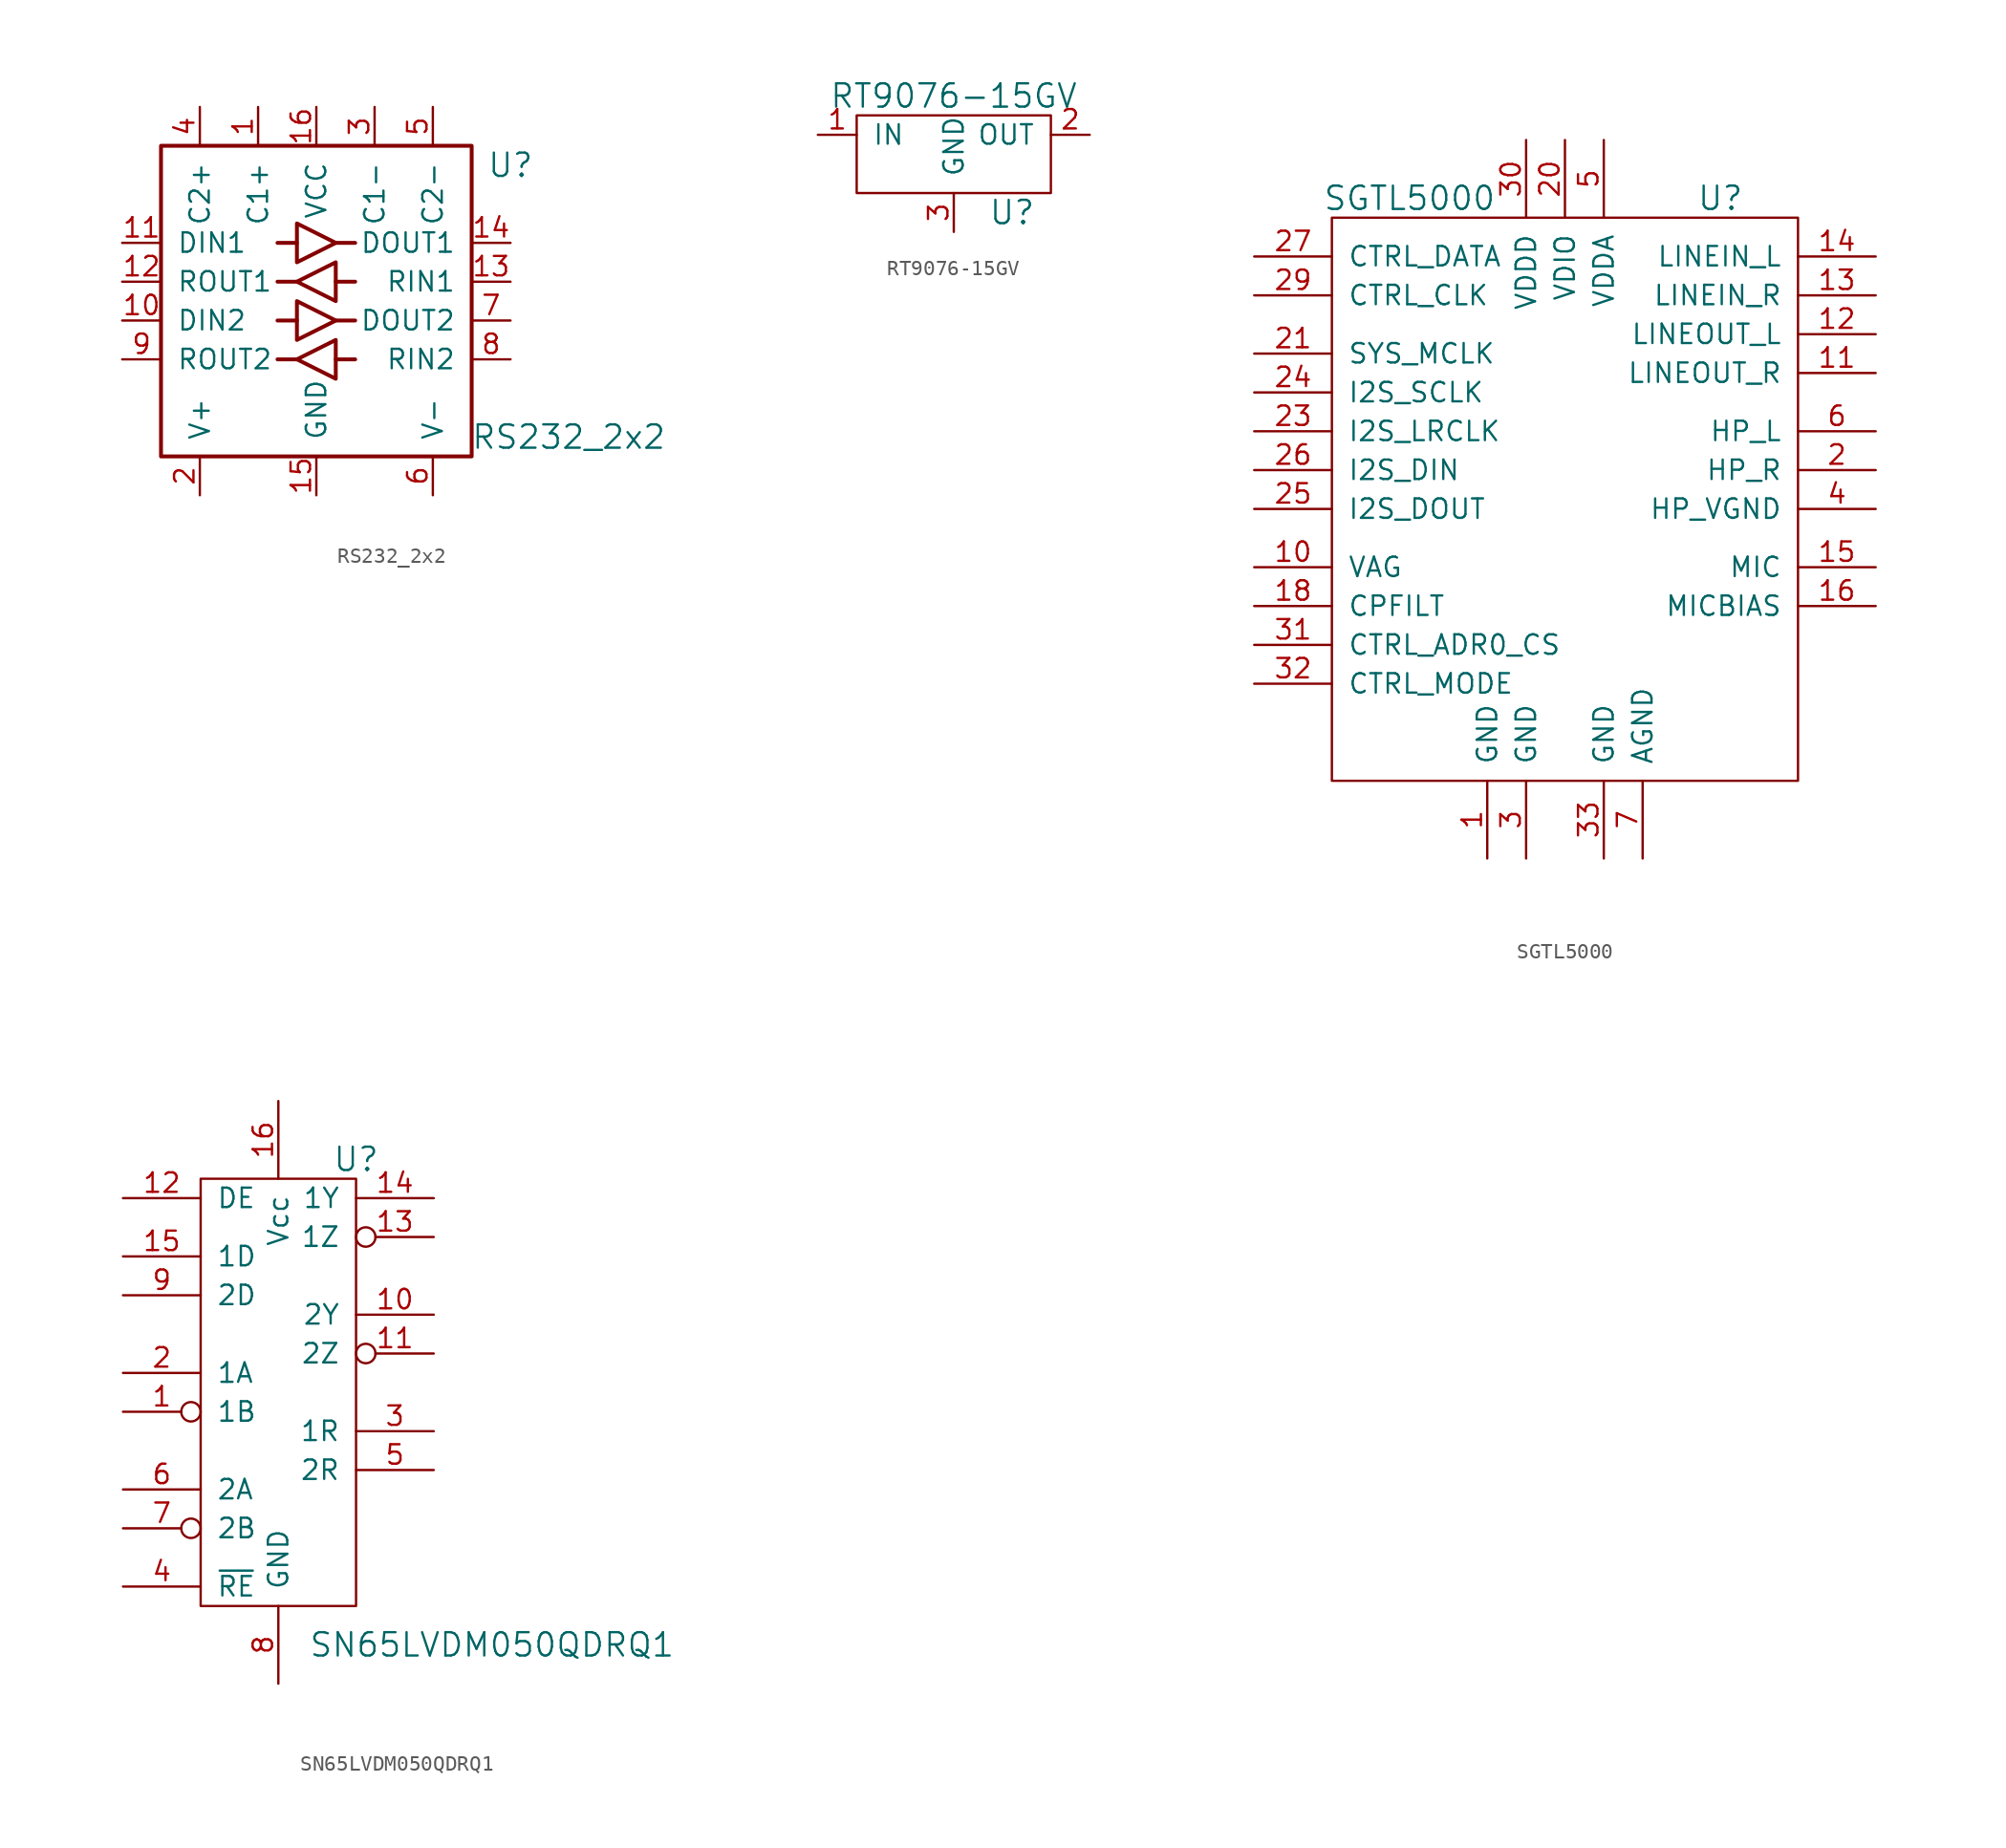
<source format=kicad_sym>
(kicad_symbol_lib
  (version 20211014)
  (generator kicad_symbol_editor)
  (symbol "RS232_2x2"
    (pin_names
      (offset 1.016))
    (property "Reference" "U"
      (at 12.7 8.89 0)
      (effects (font (size 1.524 1.524))))
    (property "Value" "RS232_2x2"
      (at 16.51 -8.89 0)
      (effects (font (size 1.524 1.524))))
    (symbol "RS232_2x2_0_1"
      (rectangle (start -10.16 10.16) (end 10.16 -10.16) (stroke (width 0.254) (type default) (color 0 0 0 0)) (fill (type none)))
      (polyline (pts (xy -1.27 -3.81) (xy -2.54 -3.81)) (stroke (width 0.254) (type default) (color 0 0 0 0)) (fill (type none)))
      (polyline (pts (xy -1.27 -1.27) (xy -2.54 -1.27)) (stroke (width 0.254) (type default) (color 0 0 0 0)) (fill (type none)))
      (polyline (pts (xy -1.27 1.27) (xy -2.54 1.27)) (stroke (width 0.254) (type default) (color 0 0 0 0)) (fill (type none)))
      (polyline (pts (xy -1.27 3.81) (xy -2.54 3.81)) (stroke (width 0.254) (type default) (color 0 0 0 0)) (fill (type none)))
      (polyline (pts (xy 1.27 -3.81) (xy 2.54 -3.81)) (stroke (width 0.254) (type default) (color 0 0 0 0)) (fill (type none)))
      (polyline (pts (xy 1.27 -1.27) (xy 2.54 -1.27)) (stroke (width 0.254) (type default) (color 0 0 0 0)) (fill (type none)))
      (polyline (pts (xy 1.27 1.27) (xy 2.54 1.27)) (stroke (width 0.254) (type default) (color 0 0 0 0)) (fill (type none)))
      (polyline (pts (xy 1.27 3.81) (xy 2.54 3.81)) (stroke (width 0.254) (type default) (color 0 0 0 0)) (fill (type none)))
      (polyline (pts (xy -1.27 -3.81) (xy 1.27 -2.54) (xy 1.27 -5.08) (xy -1.27 -3.81)) (stroke (width 0.254) (type default) (color 0 0 0 0)) (fill (type none)))
      (polyline (pts (xy -1.27 0) (xy -1.27 -2.54) (xy 1.27 -1.27) (xy -1.27 0)) (stroke (width 0.254) (type default) (color 0 0 0 0)) (fill (type none)))
      (polyline (pts (xy -1.27 5.08) (xy -1.27 2.54) (xy 1.27 3.81) (xy -1.27 5.08)) (stroke (width 0.254) (type default) (color 0 0 0 0)) (fill (type none)))
      (polyline (pts (xy 1.27 2.54) (xy 1.27 0) (xy -1.27 1.27) (xy 1.27 2.54)) (stroke (width 0.254) (type default) (color 0 0 0 0)) (fill (type none))))
    (symbol "RS232_2x2_1_1"
      (pin passive line (at -3.81 12.7 270) (length 2.54) (name "C1+" (effects (font (size 1.27 1.27)))) (number "1" (effects (font (size 1.27 1.27)))))
      (pin passive line (at -12.7 -1.27 0) (length 2.54) (name "DIN2" (effects (font (size 1.27 1.27)))) (number "10" (effects (font (size 1.27 1.27)))))
      (pin passive line (at -12.7 3.81 0) (length 2.54) (name "DIN1" (effects (font (size 1.27 1.27)))) (number "11" (effects (font (size 1.27 1.27)))))
      (pin passive line (at -12.7 1.27 0) (length 2.54) (name "ROUT1" (effects (font (size 1.27 1.27)))) (number "12" (effects (font (size 1.27 1.27)))))
      (pin passive line (at 12.7 1.27 180) (length 2.54) (name "RIN1" (effects (font (size 1.27 1.27)))) (number "13" (effects (font (size 1.27 1.27)))))
      (pin passive line (at 12.7 3.81 180) (length 2.54) (name "DOUT1" (effects (font (size 1.27 1.27)))) (number "14" (effects (font (size 1.27 1.27)))))
      (pin power_in line (at 0 -12.7 90) (length 2.54) (name "GND" (effects (font (size 1.27 1.27)))) (number "15" (effects (font (size 1.27 1.27)))))
      (pin power_in line (at 0 12.7 270) (length 2.54) (name "VCC" (effects (font (size 1.27 1.27)))) (number "16" (effects (font (size 1.27 1.27)))))
      (pin passive line (at -7.62 -12.7 90) (length 2.54) (name "V+" (effects (font (size 1.27 1.27)))) (number "2" (effects (font (size 1.27 1.27)))))
      (pin passive line (at 3.81 12.7 270) (length 2.54) (name "C1-" (effects (font (size 1.27 1.27)))) (number "3" (effects (font (size 1.27 1.27)))))
      (pin passive line (at -7.62 12.7 270) (length 2.54) (name "C2+" (effects (font (size 1.27 1.27)))) (number "4" (effects (font (size 1.27 1.27)))))
      (pin passive line (at 7.62 12.7 270) (length 2.54) (name "C2-" (effects (font (size 1.27 1.27)))) (number "5" (effects (font (size 1.27 1.27)))))
      (pin passive line (at 7.62 -12.7 90) (length 2.54) (name "V-" (effects (font (size 1.27 1.27)))) (number "6" (effects (font (size 1.27 1.27)))))
      (pin passive line (at 12.7 -1.27 180) (length 2.54) (name "DOUT2" (effects (font (size 1.27 1.27)))) (number "7" (effects (font (size 1.27 1.27)))))
      (pin passive line (at 12.7 -3.81 180) (length 2.54) (name "RIN2" (effects (font (size 1.27 1.27)))) (number "8" (effects (font (size 1.27 1.27)))))
      (pin passive line (at -12.7 -3.81 0) (length 2.54) (name "ROUT2" (effects (font (size 1.27 1.27)))) (number "9" (effects (font (size 1.27 1.27)))))))
  (symbol "RT9076-15GV"
    (pin_names
      (offset 1.016))
    (property "Reference" "U"
      (at 3.81 -5.08 0)
      (effects (font (size 1.524 1.524))))
    (property "Value" "RT9076-15GV"
      (at 0 2.54 0)
      (effects (font (size 1.524 1.524))))
    (symbol "RT9076-15GV_0_1"
      (rectangle (start -6.35 1.27) (end 6.35 -3.81) (stroke (width 0) (type default) (color 0 0 0 0)) (fill (type none))))
    (symbol "RT9076-15GV_1_1"
      (pin power_in line (at -8.89 0 0) (length 2.54) (name "IN" (effects (font (size 1.27 1.27)))) (number "1" (effects (font (size 1.27 1.27)))))
      (pin power_out line (at 8.89 0 180) (length 2.54) (name "OUT" (effects (font (size 1.27 1.27)))) (number "2" (effects (font (size 1.27 1.27)))))
      (pin power_in line (at 0 -6.35 90) (length 2.54) (name "GND" (effects (font (size 1.27 1.27)))) (number "3" (effects (font (size 1.27 1.27)))))))
  (symbol "SGTL5000"
    (pin_names
      (offset 1.016))
    (property "Reference" "U"
      (at 10.16 17.78 0)
      (effects (font (size 1.524 1.524))))
    (property "Value" "SGTL5000"
      (at -10.16 17.78 0)
      (effects (font (size 1.524 1.524))))
    (symbol "SGTL5000_0_1"
      (rectangle (start -15.24 16.51) (end 15.24 -20.32) (stroke (width 0) (type default) (color 0 0 0 0)) (fill (type none))))
    (symbol "SGTL5000_1_1"
      (pin power_in line (at -5.08 -25.4 90) (length 5.08) (name "GND" (effects (font (size 1.27 1.27)))) (number "1" (effects (font (size 1.27 1.27)))))
      (pin passive line (at -20.32 -6.35 0) (length 5.08) (name "VAG" (effects (font (size 1.27 1.27)))) (number "10" (effects (font (size 1.27 1.27)))))
      (pin passive line (at 20.32 6.35 180) (length 5.08) (name "LINEOUT_R" (effects (font (size 1.27 1.27)))) (number "11" (effects (font (size 1.27 1.27)))))
      (pin passive line (at 20.32 8.89 180) (length 5.08) (name "LINEOUT_L" (effects (font (size 1.27 1.27)))) (number "12" (effects (font (size 1.27 1.27)))))
      (pin passive line (at 20.32 11.43 180) (length 5.08) (name "LINEIN_R" (effects (font (size 1.27 1.27)))) (number "13" (effects (font (size 1.27 1.27)))))
      (pin passive line (at 20.32 13.97 180) (length 5.08) (name "LINEIN_L" (effects (font (size 1.27 1.27)))) (number "14" (effects (font (size 1.27 1.27)))))
      (pin passive line (at 20.32 -6.35 180) (length 5.08) (name "MIC" (effects (font (size 1.27 1.27)))) (number "15" (effects (font (size 1.27 1.27)))))
      (pin passive line (at 20.32 -8.89 180) (length 5.08) (name "MICBIAS" (effects (font (size 1.27 1.27)))) (number "16" (effects (font (size 1.27 1.27)))))
      (pin passive line (at -20.32 -8.89 0) (length 5.08) (name "CPFILT" (effects (font (size 1.27 1.27)))) (number "18" (effects (font (size 1.27 1.27)))))
      (pin passive line (at 20.32 0 180) (length 5.08) (name "HP_R" (effects (font (size 1.27 1.27)))) (number "2" (effects (font (size 1.27 1.27)))))
      (pin power_in line (at 0 21.59 270) (length 5.08) (name "VDIO" (effects (font (size 1.27 1.27)))) (number "20" (effects (font (size 1.27 1.27)))))
      (pin bidirectional line (at -20.32 7.62 0) (length 5.08) (name "SYS_MCLK" (effects (font (size 1.27 1.27)))) (number "21" (effects (font (size 1.27 1.27)))))
      (pin bidirectional line (at -20.32 2.54 0) (length 5.08) (name "I2S_LRCLK" (effects (font (size 1.27 1.27)))) (number "23" (effects (font (size 1.27 1.27)))))
      (pin bidirectional line (at -20.32 5.08 0) (length 5.08) (name "I2S_SCLK" (effects (font (size 1.27 1.27)))) (number "24" (effects (font (size 1.27 1.27)))))
      (pin bidirectional line (at -20.32 -2.54 0) (length 5.08) (name "I2S_DOUT" (effects (font (size 1.27 1.27)))) (number "25" (effects (font (size 1.27 1.27)))))
      (pin bidirectional line (at -20.32 0 0) (length 5.08) (name "I2S_DIN" (effects (font (size 1.27 1.27)))) (number "26" (effects (font (size 1.27 1.27)))))
      (pin bidirectional line (at -20.32 13.97 0) (length 5.08) (name "CTRL_DATA" (effects (font (size 1.27 1.27)))) (number "27" (effects (font (size 1.27 1.27)))))
      (pin bidirectional line (at -20.32 11.43 0) (length 5.08) (name "CTRL_CLK" (effects (font (size 1.27 1.27)))) (number "29" (effects (font (size 1.27 1.27)))))
      (pin power_in line (at -2.54 -25.4 90) (length 5.08) (name "GND" (effects (font (size 1.27 1.27)))) (number "3" (effects (font (size 1.27 1.27)))))
      (pin power_in line (at -2.54 21.59 270) (length 5.08) (name "VDDD" (effects (font (size 1.27 1.27)))) (number "30" (effects (font (size 1.27 1.27)))))
      (pin passive line (at -20.32 -11.43 0) (length 5.08) (name "CTRL_ADR0_CS" (effects (font (size 1.27 1.27)))) (number "31" (effects (font (size 1.27 1.27)))))
      (pin passive line (at -20.32 -13.97 0) (length 5.08) (name "CTRL_MODE" (effects (font (size 1.27 1.27)))) (number "32" (effects (font (size 1.27 1.27)))))
      (pin power_in line (at 2.54 -25.4 90) (length 5.08) (name "GND" (effects (font (size 1.27 1.27)))) (number "33" (effects (font (size 1.27 1.27)))))
      (pin passive line (at 20.32 -2.54 180) (length 5.08) (name "HP_VGND" (effects (font (size 1.27 1.27)))) (number "4" (effects (font (size 1.27 1.27)))))
      (pin power_in line (at 2.54 21.59 270) (length 5.08) (name "VDDA" (effects (font (size 1.27 1.27)))) (number "5" (effects (font (size 1.27 1.27)))))
      (pin passive line (at 20.32 2.54 180) (length 5.08) (name "HP_L" (effects (font (size 1.27 1.27)))) (number "6" (effects (font (size 1.27 1.27)))))
      (pin power_in line (at 5.08 -25.4 90) (length 5.08) (name "AGND" (effects (font (size 1.27 1.27)))) (number "7" (effects (font (size 1.27 1.27)))))))
  (symbol "SN65LVDM050QDRQ1"
    (pin_names
      (offset 1.016))
    (property "Reference" "U"
      (at 5.08 15.24 0)
      (effects (font (size 1.524 1.524))))
    (property "Value" "SN65LVDM050QDRQ1"
      (at 13.97 -16.51 0)
      (effects (font (size 1.524 1.524))))
    (symbol "SN65LVDM050QDRQ1_0_1"
      (rectangle (start -5.08 13.97) (end 5.08 -13.97) (stroke (width 0) (type default) (color 0 0 0 0)) (fill (type none))))
    (symbol "SN65LVDM050QDRQ1_1_1"
      (pin input inverted (at -10.16 -1.27 0) (length 5.08) (name "1B" (effects (font (size 1.27 1.27)))) (number "1" (effects (font (size 1.27 1.27)))))
      (pin output line (at 10.16 5.08 180) (length 5.08) (name "2Y" (effects (font (size 1.27 1.27)))) (number "10" (effects (font (size 1.27 1.27)))))
      (pin output inverted (at 10.16 2.54 180) (length 5.08) (name "2Z" (effects (font (size 1.27 1.27)))) (number "11" (effects (font (size 1.27 1.27)))))
      (pin input line (at -10.16 12.7 0) (length 5.08) (name "DE" (effects (font (size 1.27 1.27)))) (number "12" (effects (font (size 1.27 1.27)))))
      (pin output inverted (at 10.16 10.16 180) (length 5.08) (name "1Z" (effects (font (size 1.27 1.27)))) (number "13" (effects (font (size 1.27 1.27)))))
      (pin output line (at 10.16 12.7 180) (length 5.08) (name "1Y" (effects (font (size 1.27 1.27)))) (number "14" (effects (font (size 1.27 1.27)))))
      (pin input line (at -10.16 8.89 0) (length 5.08) (name "1D" (effects (font (size 1.27 1.27)))) (number "15" (effects (font (size 1.27 1.27)))))
      (pin power_in line (at 0 19.05 270) (length 5.08) (name "Vcc" (effects (font (size 1.27 1.27)))) (number "16" (effects (font (size 1.27 1.27)))))
      (pin input line (at -10.16 1.27 0) (length 5.08) (name "1A" (effects (font (size 1.27 1.27)))) (number "2" (effects (font (size 1.27 1.27)))))
      (pin output line (at 10.16 -2.54 180) (length 5.08) (name "1R" (effects (font (size 1.27 1.27)))) (number "3" (effects (font (size 1.27 1.27)))))
      (pin input line (at -10.16 -12.7 0) (length 5.08) (name "~{RE}" (effects (font (size 1.27 1.27)))) (number "4" (effects (font (size 1.27 1.27)))))
      (pin output line (at 10.16 -5.08 180) (length 5.08) (name "2R" (effects (font (size 1.27 1.27)))) (number "5" (effects (font (size 1.27 1.27)))))
      (pin input line (at -10.16 -6.35 0) (length 5.08) (name "2A" (effects (font (size 1.27 1.27)))) (number "6" (effects (font (size 1.27 1.27)))))
      (pin input inverted (at -10.16 -8.89 0) (length 5.08) (name "2B" (effects (font (size 1.27 1.27)))) (number "7" (effects (font (size 1.27 1.27)))))
      (pin power_in line (at 0 -19.05 90) (length 5.08) (name "GND" (effects (font (size 1.27 1.27)))) (number "8" (effects (font (size 1.27 1.27)))))
      (pin input line (at -10.16 6.35 0) (length 5.08) (name "2D" (effects (font (size 1.27 1.27)))) (number "9" (effects (font (size 1.27 1.27))))))))
</source>
